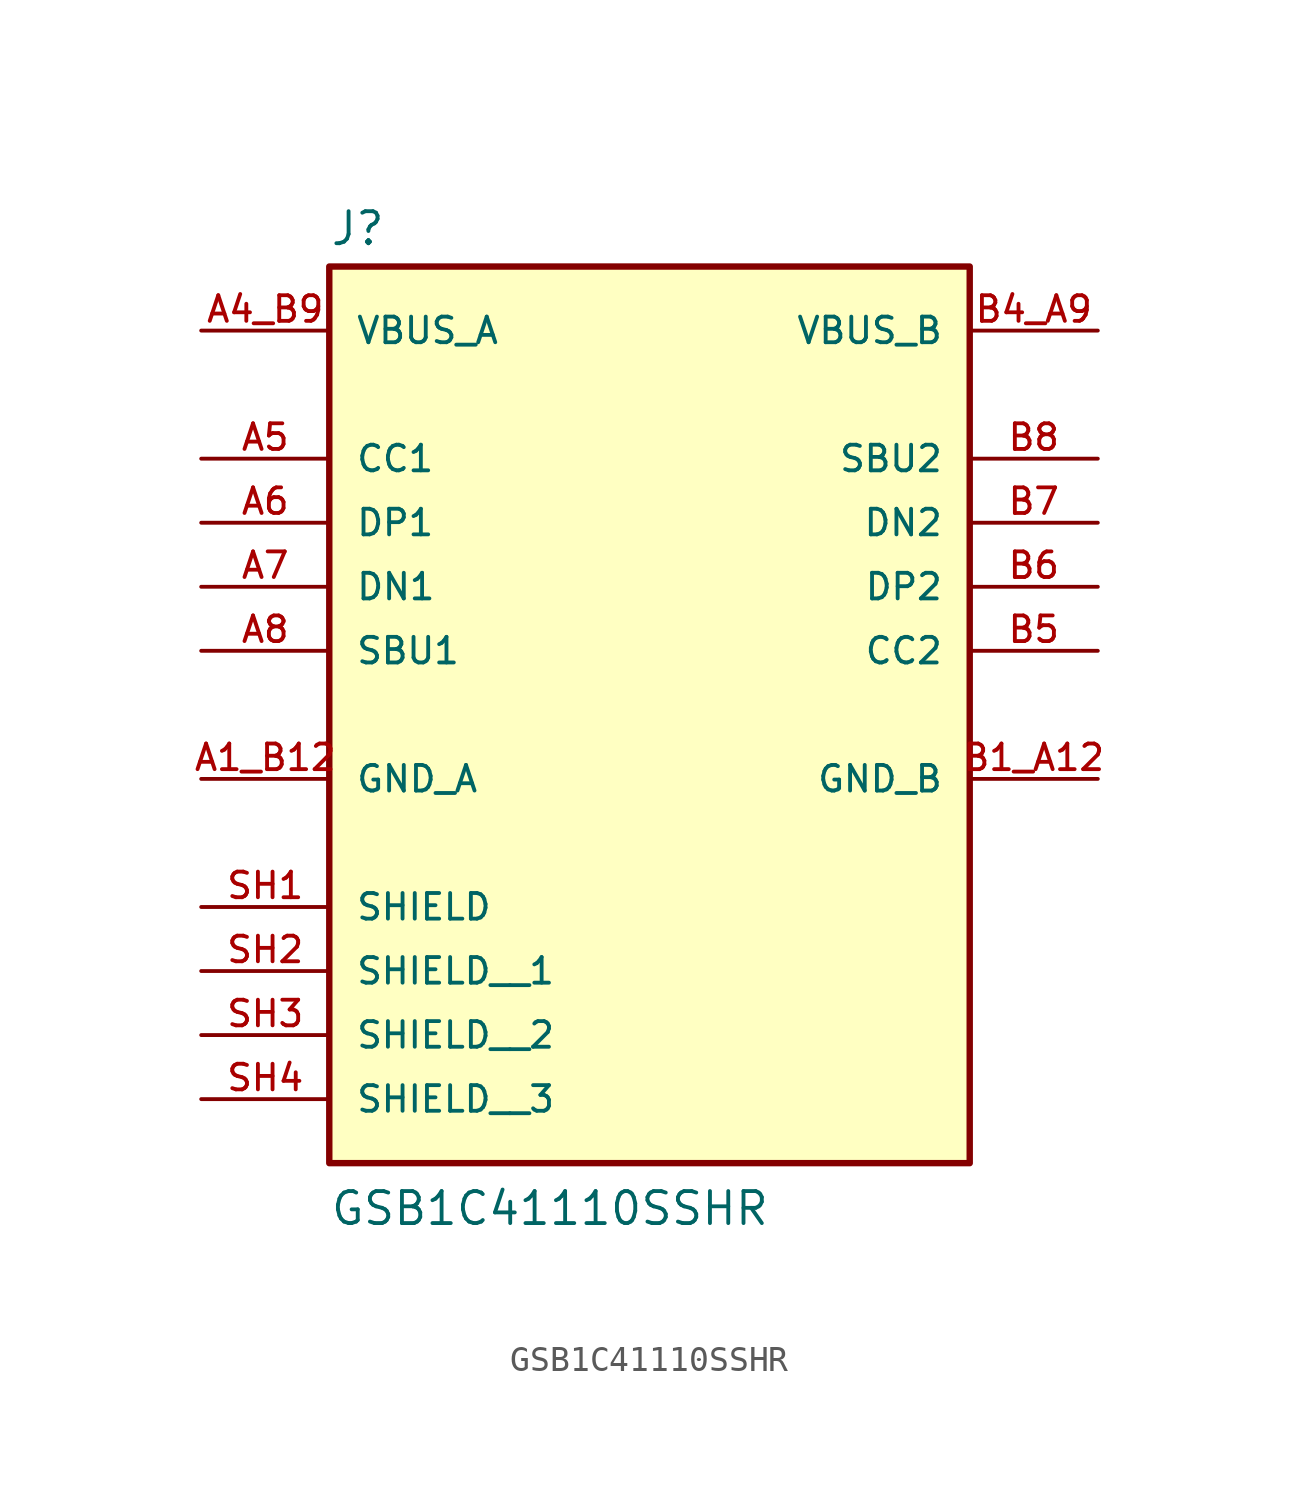
<source format=kicad_sym>
(kicad_symbol_lib
  (version 20211014)
  (generator kicad_symbol_editor)
  (symbol "GSB1C41110SSHR"
    (pin_names
      (offset 1.016))
    (property "Reference" "J"
      (at -12.7 13.462 0)
      (effects (font (size 1.27 1.27)) (justify bottom left)))
    (property "Value" "GSB1C41110SSHR"
      (at -12.7 -25.4 0)
      (effects (font (size 1.27 1.27)) (justify bottom left)))
    (symbol "GSB1C41110SSHR_0_0"
      (rectangle (start -12.7 -22.86) (end 12.7 12.7) (stroke (width 0.254)) (fill (type background)))
      (pin power_in line (at -17.78 -7.62 0) (length 5.08) (name "GND_A" (effects (font (size 1.016 1.016)))) (number "A1_B12" (effects (font (size 1.016 1.016)))))
      (pin power_in line (at -17.78 10.16 0) (length 5.08) (name "VBUS_A" (effects (font (size 1.016 1.016)))) (number "A4_B9" (effects (font (size 1.016 1.016)))))
      (pin bidirectional line (at -17.78 2.54 0) (length 5.08) (name "DP1" (effects (font (size 1.016 1.016)))) (number "A6" (effects (font (size 1.016 1.016)))))
      (pin bidirectional line (at -17.78 5.08 0) (length 5.08) (name "CC1" (effects (font (size 1.016 1.016)))) (number "A5" (effects (font (size 1.016 1.016)))))
      (pin bidirectional line (at -17.78 -2.54 0) (length 5.08) (name "SBU1" (effects (font (size 1.016 1.016)))) (number "A8" (effects (font (size 1.016 1.016)))))
      (pin bidirectional line (at -17.78 0.0 0) (length 5.08) (name "DN1" (effects (font (size 1.016 1.016)))) (number "A7" (effects (font (size 1.016 1.016)))))
      (pin passive line (at -17.78 -12.7 0) (length 5.08) (name "SHIELD" (effects (font (size 1.016 1.016)))) (number "SH1" (effects (font (size 1.016 1.016)))))
      (pin power_in line (at 17.78 -7.62 180.0) (length 5.08) (name "GND_B" (effects (font (size 1.016 1.016)))) (number "B1_A12" (effects (font (size 1.016 1.016)))))
      (pin power_in line (at 17.78 10.16 180.0) (length 5.08) (name "VBUS_B" (effects (font (size 1.016 1.016)))) (number "B4_A9" (effects (font (size 1.016 1.016)))))
      (pin bidirectional line (at 17.78 0.0 180.0) (length 5.08) (name "DP2" (effects (font (size 1.016 1.016)))) (number "B6" (effects (font (size 1.016 1.016)))))
      (pin bidirectional line (at 17.78 -2.54 180.0) (length 5.08) (name "CC2" (effects (font (size 1.016 1.016)))) (number "B5" (effects (font (size 1.016 1.016)))))
      (pin bidirectional line (at 17.78 5.08 180.0) (length 5.08) (name "SBU2" (effects (font (size 1.016 1.016)))) (number "B8" (effects (font (size 1.016 1.016)))))
      (pin bidirectional line (at 17.78 2.54 180.0) (length 5.08) (name "DN2" (effects (font (size 1.016 1.016)))) (number "B7" (effects (font (size 1.016 1.016)))))
      (pin passive line (at -17.78 -15.24 0) (length 5.08) (name "SHIELD__1" (effects (font (size 1.016 1.016)))) (number "SH2" (effects (font (size 1.016 1.016)))))
      (pin passive line (at -17.78 -17.78 0) (length 5.08) (name "SHIELD__2" (effects (font (size 1.016 1.016)))) (number "SH3" (effects (font (size 1.016 1.016)))))
      (pin passive line (at -17.78 -20.32 0) (length 5.08) (name "SHIELD__3" (effects (font (size 1.016 1.016)))) (number "SH4" (effects (font (size 1.016 1.016))))))))
</source>
